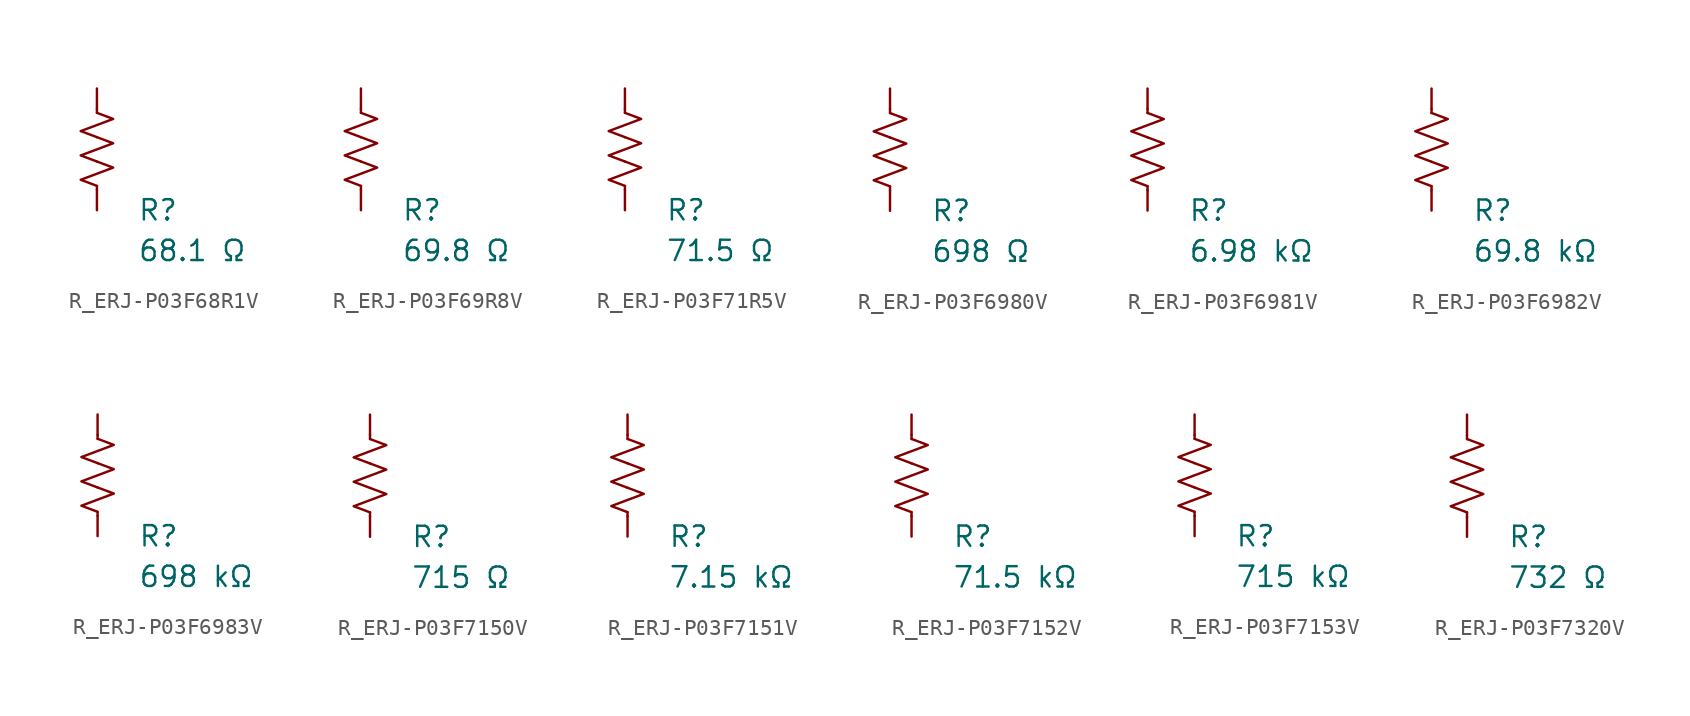
<source format=kicad_sym>
(kicad_symbol_lib
  (version 20231120)
  (generator "kicad_symbol_editor")
  (generator_version "8.0")
  (symbol "R_ERJ-P03F68R1V"
    (pin_numbers hide)
    (pin_names
      (offset 0))
    (property "Reference" "R"
      (at 2.54 -3.81 0)
      (effects (font (size 1.27 1.27)) (justify left))
      (show_name no))
    (property "Value" "68.1 Ω"
      (at 2.54 -6.35 0)
      (effects (font (size 1.27 1.27)) (justify left))
      (show_name no))
    (symbol "R_ERJ-P03F68R1V_0_1"
      (polyline (pts (xy 0 -2.286) (xy 0 -2.54)) (stroke (width 0) (type default)) (fill (type none)))
      (polyline (pts (xy 0 2.286) (xy 0 2.54)) (stroke (width 0) (type default)) (fill (type none)))
      (polyline (pts (xy 0 -0.762) (xy 1.016 -1.143) (xy 0 -1.524) (xy -1.016 -1.905) (xy 0 -2.286)) (stroke (width 0) (type default)) (fill (type none)))
      (polyline (pts (xy 0 0.762) (xy 1.016 0.381) (xy 0 0) (xy -1.016 -0.381) (xy 0 -0.762)) (stroke (width 0) (type default)) (fill (type none)))
      (polyline (pts (xy 0 2.286) (xy 1.016 1.905) (xy 0 1.524) (xy -1.016 1.143) (xy 0 0.762)) (stroke (width 0) (type default)) (fill (type none))))
    (symbol "R_ERJ-P03F68R1V_1_1"
      (pin passive line (at 0 3.81 270) (length 1.27) (name "~" (effects (font (size 1.27 1.27)))) (number "1" (effects (font (size 1.27 1.27)))))
      (pin passive line (at 0 -3.81 90) (length 1.27) (name "~" (effects (font (size 1.27 1.27)))) (number "2" (effects (font (size 1.27 1.27)))))))
  (symbol "R_ERJ-P03F69R8V"
    (pin_numbers hide)
    (pin_names
      (offset 0))
    (property "Reference" "R"
      (at 2.54 -3.81 0)
      (effects (font (size 1.27 1.27)) (justify left))
      (show_name no))
    (property "Value" "69.8 Ω"
      (at 2.54 -6.35 0)
      (effects (font (size 1.27 1.27)) (justify left))
      (show_name no))
    (symbol "R_ERJ-P03F69R8V_0_1"
      (polyline (pts (xy 0 -2.286) (xy 0 -2.54)) (stroke (width 0) (type default)) (fill (type none)))
      (polyline (pts (xy 0 2.286) (xy 0 2.54)) (stroke (width 0) (type default)) (fill (type none)))
      (polyline (pts (xy 0 -0.762) (xy 1.016 -1.143) (xy 0 -1.524) (xy -1.016 -1.905) (xy 0 -2.286)) (stroke (width 0) (type default)) (fill (type none)))
      (polyline (pts (xy 0 0.762) (xy 1.016 0.381) (xy 0 0) (xy -1.016 -0.381) (xy 0 -0.762)) (stroke (width 0) (type default)) (fill (type none)))
      (polyline (pts (xy 0 2.286) (xy 1.016 1.905) (xy 0 1.524) (xy -1.016 1.143) (xy 0 0.762)) (stroke (width 0) (type default)) (fill (type none))))
    (symbol "R_ERJ-P03F69R8V_1_1"
      (pin passive line (at 0 3.81 270) (length 1.27) (name "~" (effects (font (size 1.27 1.27)))) (number "1" (effects (font (size 1.27 1.27)))))
      (pin passive line (at 0 -3.81 90) (length 1.27) (name "~" (effects (font (size 1.27 1.27)))) (number "2" (effects (font (size 1.27 1.27)))))))
  (symbol "R_ERJ-P03F71R5V"
    (pin_numbers hide)
    (pin_names
      (offset 0))
    (property "Reference" "R"
      (at 2.54 -3.81 0)
      (effects (font (size 1.27 1.27)) (justify left))
      (show_name no))
    (property "Value" "71.5 Ω"
      (at 2.54 -6.35 0)
      (effects (font (size 1.27 1.27)) (justify left))
      (show_name no))
    (symbol "R_ERJ-P03F71R5V_0_1"
      (polyline (pts (xy 0 -2.286) (xy 0 -2.54)) (stroke (width 0) (type default)) (fill (type none)))
      (polyline (pts (xy 0 2.286) (xy 0 2.54)) (stroke (width 0) (type default)) (fill (type none)))
      (polyline (pts (xy 0 -0.762) (xy 1.016 -1.143) (xy 0 -1.524) (xy -1.016 -1.905) (xy 0 -2.286)) (stroke (width 0) (type default)) (fill (type none)))
      (polyline (pts (xy 0 0.762) (xy 1.016 0.381) (xy 0 0) (xy -1.016 -0.381) (xy 0 -0.762)) (stroke (width 0) (type default)) (fill (type none)))
      (polyline (pts (xy 0 2.286) (xy 1.016 1.905) (xy 0 1.524) (xy -1.016 1.143) (xy 0 0.762)) (stroke (width 0) (type default)) (fill (type none))))
    (symbol "R_ERJ-P03F71R5V_1_1"
      (pin passive line (at 0 3.81 270) (length 1.27) (name "~" (effects (font (size 1.27 1.27)))) (number "1" (effects (font (size 1.27 1.27)))))
      (pin passive line (at 0 -3.81 90) (length 1.27) (name "~" (effects (font (size 1.27 1.27)))) (number "2" (effects (font (size 1.27 1.27)))))))
  (symbol "R_ERJ-P03F6980V"
    (pin_numbers hide)
    (pin_names
      (offset 0))
    (property "Reference" "R"
      (at 2.54 -3.81 0)
      (effects (font (size 1.27 1.27)) (justify left))
      (show_name no))
    (property "Value" "698 Ω"
      (at 2.54 -6.35 0)
      (effects (font (size 1.27 1.27)) (justify left))
      (show_name no))
    (symbol "R_ERJ-P03F6980V_0_1"
      (polyline (pts (xy 0 -2.286) (xy 0 -2.54)) (stroke (width 0) (type default)) (fill (type none)))
      (polyline (pts (xy 0 2.286) (xy 0 2.54)) (stroke (width 0) (type default)) (fill (type none)))
      (polyline (pts (xy 0 -0.762) (xy 1.016 -1.143) (xy 0 -1.524) (xy -1.016 -1.905) (xy 0 -2.286)) (stroke (width 0) (type default)) (fill (type none)))
      (polyline (pts (xy 0 0.762) (xy 1.016 0.381) (xy 0 0) (xy -1.016 -0.381) (xy 0 -0.762)) (stroke (width 0) (type default)) (fill (type none)))
      (polyline (pts (xy 0 2.286) (xy 1.016 1.905) (xy 0 1.524) (xy -1.016 1.143) (xy 0 0.762)) (stroke (width 0) (type default)) (fill (type none))))
    (symbol "R_ERJ-P03F6980V_1_1"
      (pin passive line (at 0 3.81 270) (length 1.27) (name "~" (effects (font (size 1.27 1.27)))) (number "1" (effects (font (size 1.27 1.27)))))
      (pin passive line (at 0 -3.81 90) (length 1.27) (name "~" (effects (font (size 1.27 1.27)))) (number "2" (effects (font (size 1.27 1.27)))))))
  (symbol "R_ERJ-P03F6981V"
    (pin_numbers hide)
    (pin_names
      (offset 0))
    (property "Reference" "R"
      (at 2.54 -3.81 0)
      (effects (font (size 1.27 1.27)) (justify left))
      (show_name no))
    (property "Value" "6.98 kΩ"
      (at 2.54 -6.35 0)
      (effects (font (size 1.27 1.27)) (justify left))
      (show_name no))
    (symbol "R_ERJ-P03F6981V_0_1"
      (polyline (pts (xy 0 -2.286) (xy 0 -2.54)) (stroke (width 0) (type default)) (fill (type none)))
      (polyline (pts (xy 0 2.286) (xy 0 2.54)) (stroke (width 0) (type default)) (fill (type none)))
      (polyline (pts (xy 0 -0.762) (xy 1.016 -1.143) (xy 0 -1.524) (xy -1.016 -1.905) (xy 0 -2.286)) (stroke (width 0) (type default)) (fill (type none)))
      (polyline (pts (xy 0 0.762) (xy 1.016 0.381) (xy 0 0) (xy -1.016 -0.381) (xy 0 -0.762)) (stroke (width 0) (type default)) (fill (type none)))
      (polyline (pts (xy 0 2.286) (xy 1.016 1.905) (xy 0 1.524) (xy -1.016 1.143) (xy 0 0.762)) (stroke (width 0) (type default)) (fill (type none))))
    (symbol "R_ERJ-P03F6981V_1_1"
      (pin passive line (at 0 3.81 270) (length 1.27) (name "~" (effects (font (size 1.27 1.27)))) (number "1" (effects (font (size 1.27 1.27)))))
      (pin passive line (at 0 -3.81 90) (length 1.27) (name "~" (effects (font (size 1.27 1.27)))) (number "2" (effects (font (size 1.27 1.27)))))))
  (symbol "R_ERJ-P03F6982V"
    (pin_numbers hide)
    (pin_names
      (offset 0))
    (property "Reference" "R"
      (at 2.54 -3.81 0)
      (effects (font (size 1.27 1.27)) (justify left))
      (show_name no))
    (property "Value" "69.8 kΩ"
      (at 2.54 -6.35 0)
      (effects (font (size 1.27 1.27)) (justify left))
      (show_name no))
    (symbol "R_ERJ-P03F6982V_0_1"
      (polyline (pts (xy 0 -2.286) (xy 0 -2.54)) (stroke (width 0) (type default)) (fill (type none)))
      (polyline (pts (xy 0 2.286) (xy 0 2.54)) (stroke (width 0) (type default)) (fill (type none)))
      (polyline (pts (xy 0 -0.762) (xy 1.016 -1.143) (xy 0 -1.524) (xy -1.016 -1.905) (xy 0 -2.286)) (stroke (width 0) (type default)) (fill (type none)))
      (polyline (pts (xy 0 0.762) (xy 1.016 0.381) (xy 0 0) (xy -1.016 -0.381) (xy 0 -0.762)) (stroke (width 0) (type default)) (fill (type none)))
      (polyline (pts (xy 0 2.286) (xy 1.016 1.905) (xy 0 1.524) (xy -1.016 1.143) (xy 0 0.762)) (stroke (width 0) (type default)) (fill (type none))))
    (symbol "R_ERJ-P03F6982V_1_1"
      (pin passive line (at 0 3.81 270) (length 1.27) (name "~" (effects (font (size 1.27 1.27)))) (number "1" (effects (font (size 1.27 1.27)))))
      (pin passive line (at 0 -3.81 90) (length 1.27) (name "~" (effects (font (size 1.27 1.27)))) (number "2" (effects (font (size 1.27 1.27)))))))
  (symbol "R_ERJ-P03F6983V"
    (pin_numbers hide)
    (pin_names
      (offset 0))
    (property "Reference" "R"
      (at 2.54 -3.81 0)
      (effects (font (size 1.27 1.27)) (justify left))
      (show_name no))
    (property "Value" "698 kΩ"
      (at 2.54 -6.35 0)
      (effects (font (size 1.27 1.27)) (justify left))
      (show_name no))
    (symbol "R_ERJ-P03F6983V_0_1"
      (polyline (pts (xy 0 -2.286) (xy 0 -2.54)) (stroke (width 0) (type default)) (fill (type none)))
      (polyline (pts (xy 0 2.286) (xy 0 2.54)) (stroke (width 0) (type default)) (fill (type none)))
      (polyline (pts (xy 0 -0.762) (xy 1.016 -1.143) (xy 0 -1.524) (xy -1.016 -1.905) (xy 0 -2.286)) (stroke (width 0) (type default)) (fill (type none)))
      (polyline (pts (xy 0 0.762) (xy 1.016 0.381) (xy 0 0) (xy -1.016 -0.381) (xy 0 -0.762)) (stroke (width 0) (type default)) (fill (type none)))
      (polyline (pts (xy 0 2.286) (xy 1.016 1.905) (xy 0 1.524) (xy -1.016 1.143) (xy 0 0.762)) (stroke (width 0) (type default)) (fill (type none))))
    (symbol "R_ERJ-P03F6983V_1_1"
      (pin passive line (at 0 3.81 270) (length 1.27) (name "~" (effects (font (size 1.27 1.27)))) (number "1" (effects (font (size 1.27 1.27)))))
      (pin passive line (at 0 -3.81 90) (length 1.27) (name "~" (effects (font (size 1.27 1.27)))) (number "2" (effects (font (size 1.27 1.27)))))))
  (symbol "R_ERJ-P03F7150V"
    (pin_numbers hide)
    (pin_names
      (offset 0))
    (property "Reference" "R"
      (at 2.54 -3.81 0)
      (effects (font (size 1.27 1.27)) (justify left))
      (show_name no))
    (property "Value" "715 Ω"
      (at 2.54 -6.35 0)
      (effects (font (size 1.27 1.27)) (justify left))
      (show_name no))
    (symbol "R_ERJ-P03F7150V_0_1"
      (polyline (pts (xy 0 -2.286) (xy 0 -2.54)) (stroke (width 0) (type default)) (fill (type none)))
      (polyline (pts (xy 0 2.286) (xy 0 2.54)) (stroke (width 0) (type default)) (fill (type none)))
      (polyline (pts (xy 0 -0.762) (xy 1.016 -1.143) (xy 0 -1.524) (xy -1.016 -1.905) (xy 0 -2.286)) (stroke (width 0) (type default)) (fill (type none)))
      (polyline (pts (xy 0 0.762) (xy 1.016 0.381) (xy 0 0) (xy -1.016 -0.381) (xy 0 -0.762)) (stroke (width 0) (type default)) (fill (type none)))
      (polyline (pts (xy 0 2.286) (xy 1.016 1.905) (xy 0 1.524) (xy -1.016 1.143) (xy 0 0.762)) (stroke (width 0) (type default)) (fill (type none))))
    (symbol "R_ERJ-P03F7150V_1_1"
      (pin passive line (at 0 3.81 270) (length 1.27) (name "~" (effects (font (size 1.27 1.27)))) (number "1" (effects (font (size 1.27 1.27)))))
      (pin passive line (at 0 -3.81 90) (length 1.27) (name "~" (effects (font (size 1.27 1.27)))) (number "2" (effects (font (size 1.27 1.27)))))))
  (symbol "R_ERJ-P03F7151V"
    (pin_numbers hide)
    (pin_names
      (offset 0))
    (property "Reference" "R"
      (at 2.54 -3.81 0)
      (effects (font (size 1.27 1.27)) (justify left))
      (show_name no))
    (property "Value" "7.15 kΩ"
      (at 2.54 -6.35 0)
      (effects (font (size 1.27 1.27)) (justify left))
      (show_name no))
    (symbol "R_ERJ-P03F7151V_0_1"
      (polyline (pts (xy 0 -2.286) (xy 0 -2.54)) (stroke (width 0) (type default)) (fill (type none)))
      (polyline (pts (xy 0 2.286) (xy 0 2.54)) (stroke (width 0) (type default)) (fill (type none)))
      (polyline (pts (xy 0 -0.762) (xy 1.016 -1.143) (xy 0 -1.524) (xy -1.016 -1.905) (xy 0 -2.286)) (stroke (width 0) (type default)) (fill (type none)))
      (polyline (pts (xy 0 0.762) (xy 1.016 0.381) (xy 0 0) (xy -1.016 -0.381) (xy 0 -0.762)) (stroke (width 0) (type default)) (fill (type none)))
      (polyline (pts (xy 0 2.286) (xy 1.016 1.905) (xy 0 1.524) (xy -1.016 1.143) (xy 0 0.762)) (stroke (width 0) (type default)) (fill (type none))))
    (symbol "R_ERJ-P03F7151V_1_1"
      (pin passive line (at 0 3.81 270) (length 1.27) (name "~" (effects (font (size 1.27 1.27)))) (number "1" (effects (font (size 1.27 1.27)))))
      (pin passive line (at 0 -3.81 90) (length 1.27) (name "~" (effects (font (size 1.27 1.27)))) (number "2" (effects (font (size 1.27 1.27)))))))
  (symbol "R_ERJ-P03F7152V"
    (pin_numbers hide)
    (pin_names
      (offset 0))
    (property "Reference" "R"
      (at 2.54 -3.81 0)
      (effects (font (size 1.27 1.27)) (justify left))
      (show_name no))
    (property "Value" "71.5 kΩ"
      (at 2.54 -6.35 0)
      (effects (font (size 1.27 1.27)) (justify left))
      (show_name no))
    (symbol "R_ERJ-P03F7152V_0_1"
      (polyline (pts (xy 0 -2.286) (xy 0 -2.54)) (stroke (width 0) (type default)) (fill (type none)))
      (polyline (pts (xy 0 2.286) (xy 0 2.54)) (stroke (width 0) (type default)) (fill (type none)))
      (polyline (pts (xy 0 -0.762) (xy 1.016 -1.143) (xy 0 -1.524) (xy -1.016 -1.905) (xy 0 -2.286)) (stroke (width 0) (type default)) (fill (type none)))
      (polyline (pts (xy 0 0.762) (xy 1.016 0.381) (xy 0 0) (xy -1.016 -0.381) (xy 0 -0.762)) (stroke (width 0) (type default)) (fill (type none)))
      (polyline (pts (xy 0 2.286) (xy 1.016 1.905) (xy 0 1.524) (xy -1.016 1.143) (xy 0 0.762)) (stroke (width 0) (type default)) (fill (type none))))
    (symbol "R_ERJ-P03F7152V_1_1"
      (pin passive line (at 0 3.81 270) (length 1.27) (name "~" (effects (font (size 1.27 1.27)))) (number "1" (effects (font (size 1.27 1.27)))))
      (pin passive line (at 0 -3.81 90) (length 1.27) (name "~" (effects (font (size 1.27 1.27)))) (number "2" (effects (font (size 1.27 1.27)))))))
  (symbol "R_ERJ-P03F7153V"
    (pin_numbers hide)
    (pin_names
      (offset 0))
    (property "Reference" "R"
      (at 2.54 -3.81 0)
      (effects (font (size 1.27 1.27)) (justify left))
      (show_name no))
    (property "Value" "715 kΩ"
      (at 2.54 -6.35 0)
      (effects (font (size 1.27 1.27)) (justify left))
      (show_name no))
    (symbol "R_ERJ-P03F7153V_0_1"
      (polyline (pts (xy 0 -2.286) (xy 0 -2.54)) (stroke (width 0) (type default)) (fill (type none)))
      (polyline (pts (xy 0 2.286) (xy 0 2.54)) (stroke (width 0) (type default)) (fill (type none)))
      (polyline (pts (xy 0 -0.762) (xy 1.016 -1.143) (xy 0 -1.524) (xy -1.016 -1.905) (xy 0 -2.286)) (stroke (width 0) (type default)) (fill (type none)))
      (polyline (pts (xy 0 0.762) (xy 1.016 0.381) (xy 0 0) (xy -1.016 -0.381) (xy 0 -0.762)) (stroke (width 0) (type default)) (fill (type none)))
      (polyline (pts (xy 0 2.286) (xy 1.016 1.905) (xy 0 1.524) (xy -1.016 1.143) (xy 0 0.762)) (stroke (width 0) (type default)) (fill (type none))))
    (symbol "R_ERJ-P03F7153V_1_1"
      (pin passive line (at 0 3.81 270) (length 1.27) (name "~" (effects (font (size 1.27 1.27)))) (number "1" (effects (font (size 1.27 1.27)))))
      (pin passive line (at 0 -3.81 90) (length 1.27) (name "~" (effects (font (size 1.27 1.27)))) (number "2" (effects (font (size 1.27 1.27)))))))
  (symbol "R_ERJ-P03F7320V"
    (pin_numbers hide)
    (pin_names
      (offset 0))
    (property "Reference" "R"
      (at 2.54 -3.81 0)
      (effects (font (size 1.27 1.27)) (justify left))
      (show_name no))
    (property "Value" "732 Ω"
      (at 2.54 -6.35 0)
      (effects (font (size 1.27 1.27)) (justify left))
      (show_name no))
    (symbol "R_ERJ-P03F7320V_0_1"
      (polyline (pts (xy 0 -2.286) (xy 0 -2.54)) (stroke (width 0) (type default)) (fill (type none)))
      (polyline (pts (xy 0 2.286) (xy 0 2.54)) (stroke (width 0) (type default)) (fill (type none)))
      (polyline (pts (xy 0 -0.762) (xy 1.016 -1.143) (xy 0 -1.524) (xy -1.016 -1.905) (xy 0 -2.286)) (stroke (width 0) (type default)) (fill (type none)))
      (polyline (pts (xy 0 0.762) (xy 1.016 0.381) (xy 0 0) (xy -1.016 -0.381) (xy 0 -0.762)) (stroke (width 0) (type default)) (fill (type none)))
      (polyline (pts (xy 0 2.286) (xy 1.016 1.905) (xy 0 1.524) (xy -1.016 1.143) (xy 0 0.762)) (stroke (width 0) (type default)) (fill (type none))))
    (symbol "R_ERJ-P03F7320V_1_1"
      (pin passive line (at 0 3.81 270) (length 1.27) (name "~" (effects (font (size 1.27 1.27)))) (number "1" (effects (font (size 1.27 1.27)))))
      (pin passive line (at 0 -3.81 90) (length 1.27) (name "~" (effects (font (size 1.27 1.27)))) (number "2" (effects (font (size 1.27 1.27))))))))
</source>
